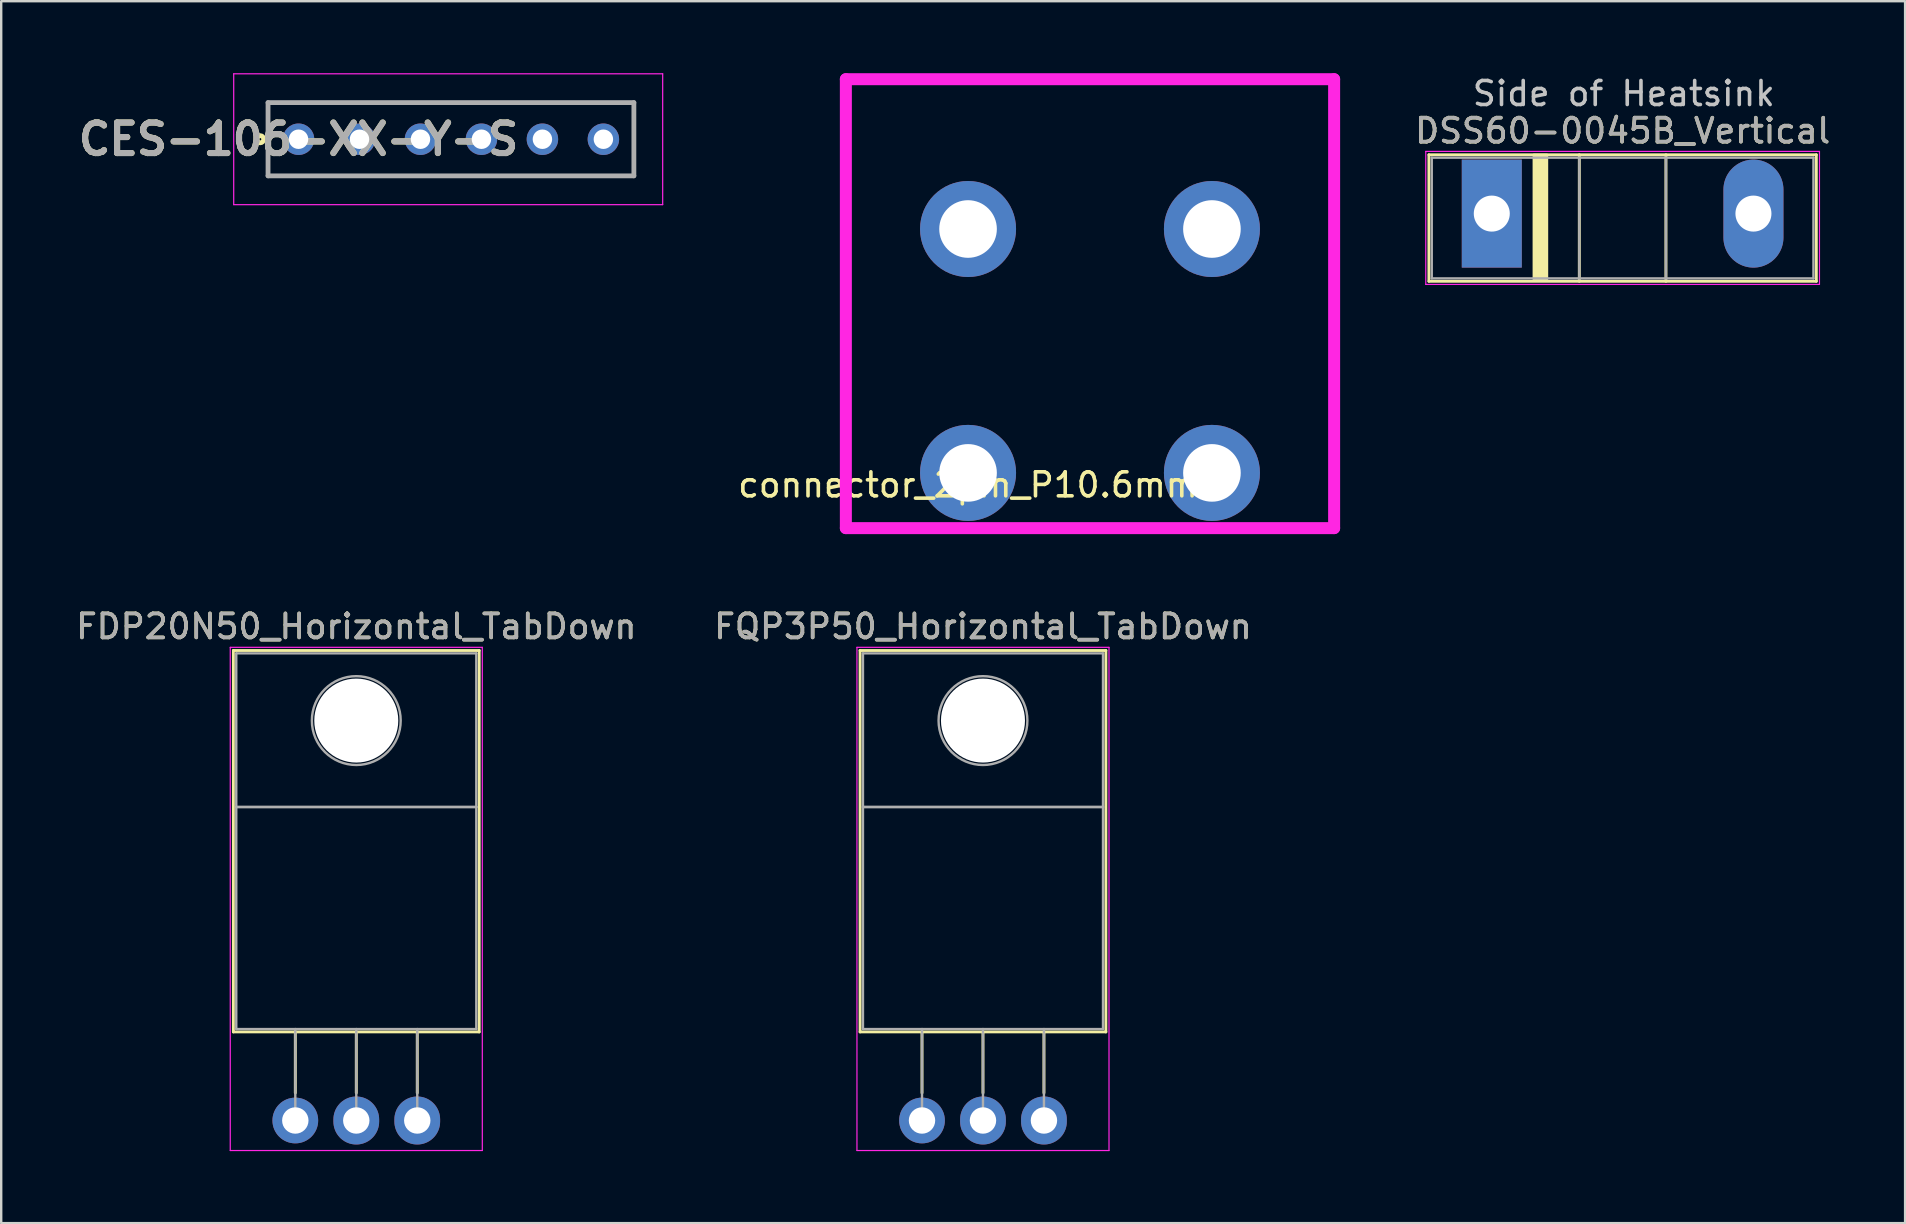
<source format=kicad_pcb>
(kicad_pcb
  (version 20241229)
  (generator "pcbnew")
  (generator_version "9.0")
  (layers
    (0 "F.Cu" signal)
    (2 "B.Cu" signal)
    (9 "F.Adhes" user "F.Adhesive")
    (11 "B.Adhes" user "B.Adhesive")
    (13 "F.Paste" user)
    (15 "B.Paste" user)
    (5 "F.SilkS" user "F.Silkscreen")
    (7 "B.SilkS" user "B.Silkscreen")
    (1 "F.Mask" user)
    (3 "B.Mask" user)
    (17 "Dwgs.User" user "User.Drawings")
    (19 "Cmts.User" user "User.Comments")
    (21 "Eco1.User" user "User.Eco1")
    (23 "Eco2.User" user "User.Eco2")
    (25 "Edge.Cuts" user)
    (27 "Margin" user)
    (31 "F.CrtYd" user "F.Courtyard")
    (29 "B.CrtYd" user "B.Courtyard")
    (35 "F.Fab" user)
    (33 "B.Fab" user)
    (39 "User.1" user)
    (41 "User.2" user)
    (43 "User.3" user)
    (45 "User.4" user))
  (footprint "FQP3P50_Horizontal_TabDown"
    (layer "F.Cu")
    (at 35.359 43.628)
    (property "Reference" "FQP3P50_Horizontal_TabDown" (at 2.54 -20.58 0) (layer "F.SilkS") (effects (font (size 1 1) (thickness 0.15))))
    (attr through_hole)
    (fp_line (start -2.58 -19.58) (end -2.58 -3.69) (stroke (width 0.12) (type solid)) (layer "F.SilkS"))
    (fp_line (start -2.58 -19.58) (end 7.66 -19.58) (stroke (width 0.12) (type solid)) (layer "F.SilkS"))
    (fp_line (start -2.58 -3.69) (end 7.66 -3.69) (stroke (width 0.12) (type solid)) (layer "F.SilkS"))
    (fp_line (start 0 -3.69) (end 0 -1.15) (stroke (width 0.12) (type solid)) (layer "F.SilkS"))
    (fp_line (start 2.54 -3.69) (end 2.54 -1.15) (stroke (width 0.12) (type solid)) (layer "F.SilkS"))
    (fp_line (start 5.08 -3.69) (end 5.08 -1.15) (stroke (width 0.12) (type solid)) (layer "F.SilkS"))
    (fp_line (start 7.66 -19.58) (end 7.66 -3.69) (stroke (width 0.12) (type solid)) (layer "F.SilkS"))
    (fp_line (start -2.71 -19.71) (end -2.71 1.25) (stroke (width 0.05) (type solid)) (layer "F.CrtYd"))
    (fp_line (start -2.71 1.25) (end 7.79 1.25) (stroke (width 0.05) (type solid)) (layer "F.CrtYd"))
    (fp_line (start 7.79 -19.71) (end -2.71 -19.71) (stroke (width 0.05) (type solid)) (layer "F.CrtYd"))
    (fp_line (start 7.79 1.25) (end 7.79 -19.71) (stroke (width 0.05) (type solid)) (layer "F.CrtYd"))
    (fp_line (start -2.46 -19.46) (end 7.54 -19.46) (stroke (width 0.1) (type solid)) (layer "F.Fab"))
    (fp_line (start -2.46 -13.06) (end -2.46 -19.46) (stroke (width 0.1) (type solid)) (layer "F.Fab"))
    (fp_line (start -2.46 -13.06) (end 7.54 -13.06) (stroke (width 0.1) (type solid)) (layer "F.Fab"))
    (fp_line (start -2.46 -3.81) (end -2.46 -13.06) (stroke (width 0.1) (type solid)) (layer "F.Fab"))
    (fp_line (start 0 -3.81) (end 0 0) (stroke (width 0.1) (type solid)) (layer "F.Fab"))
    (fp_line (start 2.54 -3.81) (end 2.54 0) (stroke (width 0.1) (type solid)) (layer "F.Fab"))
    (fp_line (start 5.08 -3.81) (end 5.08 0) (stroke (width 0.1) (type solid)) (layer "F.Fab"))
    (fp_line (start 7.54 -19.46) (end 7.54 -13.06) (stroke (width 0.1) (type solid)) (layer "F.Fab"))
    (fp_line (start 7.54 -13.06) (end -2.46 -13.06) (stroke (width 0.1) (type solid)) (layer "F.Fab"))
    (fp_line (start 7.54 -13.06) (end 7.54 -3.81) (stroke (width 0.1) (type solid)) (layer "F.Fab"))
    (fp_line (start 7.54 -3.81) (end -2.46 -3.81) (stroke (width 0.1) (type solid)) (layer "F.Fab"))
    (fp_circle (center 2.54 -16.66) (end 4.39 -16.66) (stroke (width 0.1) (type solid)) (fill no) (layer "F.Fab"))
    (fp_text user "${REFERENCE}" (at 2.54 -20.58 0) (layer "F.Fab") (effects (font (size 1 1) (thickness 0.15))))
    (pad "" np_thru_hole oval (at 2.54 -16.66) (size 3.5 3.5) (drill 3.5) (layers "*.Cu" "*.Mask"))
    (pad "1" thru_hole circle (at 0 0) (size 1.905 1.905) (drill 1.1) (layers "*.Cu" "*.Mask"))
    (pad "2" thru_hole oval (at 5.08 0) (size 1.905 2) (drill 1.1) (layers "*.Cu" "*.Mask"))
    (pad "3" thru_hole oval (at 2.54 0) (size 1.905 2) (drill 1.1) (layers "*.Cu" "*.Mask")))
  (footprint "connector_2pin_P10.6mm"
    (layer "F.Cu")
    (at 37.277 16.65)
    (property "Reference" "connector_2pin_P10.6mm" (at 0 0.5 0) (layer "F.SilkS") (effects (font (size 1 1) (thickness 0.15))))
    (attr through_hole)
    (fp_line (start -5.09 -16.4) (end 15.25 -16.4) (stroke (width 0.5) (type solid)) (layer "F.CrtYd"))
    (fp_line (start -5.09 2.3) (end -5.09 -16.4) (stroke (width 0.5) (type solid)) (layer "F.CrtYd"))
    (fp_line (start -5.09 2.3) (end 15.25 2.3) (stroke (width 0.5) (type solid)) (layer "F.CrtYd"))
    (fp_line (start 15.25 2.3) (end 15.25 -16.4) (stroke (width 0.5) (type solid)) (layer "F.CrtYd"))
    (pad "1" thru_hole circle (at 0 -10.16) (size 4 4) (drill 2.4) (layers "*.Cu" "*.Mask"))
    (pad "1" thru_hole circle (at 0 0) (size 4 4) (drill 2.4) (layers "*.Cu" "*.Mask"))
    (pad "2" thru_hole circle (at 10.16 -10.16) (size 4 4) (drill 2.4) (layers "*.Cu" "*.Mask"))
    (pad "2" thru_hole circle (at 10.16 0) (size 4 4) (drill 2.4) (layers "*.Cu" "*.Mask")))
  (footprint "DSS60-0045B_Vertical"
    (layer "F.Cu")
    (at 59.095 5.848)
    (property "Reference" "DSS60-0045B_Vertical" (at 5.45 -3.45 0) (layer "F.SilkS") (effects (font (size 1 1) (thickness 0.15))))
    (attr through_hole)
    (fp_line (start -2.62 -2.451) (end -2.62 2.82) (stroke (width 0.12) (type solid)) (layer "F.SilkS"))
    (fp_line (start -2.62 -2.451) (end 13.52 -2.451) (stroke (width 0.12) (type solid)) (layer "F.SilkS"))
    (fp_line (start -2.62 2.82) (end 13.52 2.82) (stroke (width 0.12) (type solid)) (layer "F.SilkS"))
    (fp_line (start 3.646 -2.451) (end 3.646 2.82) (stroke (width 0.12) (type solid)) (layer "F.SilkS"))
    (fp_line (start 7.255 -2.451) (end 7.255 2.82) (stroke (width 0.12) (type solid)) (layer "F.SilkS"))
    (fp_line (start 13.52 -2.451) (end 13.52 2.82) (stroke (width 0.12) (type solid)) (layer "F.SilkS"))
    (fp_poly (pts (xy 2.3 2.8) (xy 1.75 2.8) (xy 1.75 -2.45) (xy 2.3 -2.45)) (stroke (width 0.1) (type solid)) (fill yes) (layer "F.SilkS"))
    (fp_line (start -2.75 -2.59) (end -2.75 2.95) (stroke (width 0.05) (type solid)) (layer "F.CrtYd"))
    (fp_line (start -2.75 2.95) (end 13.65 2.95) (stroke (width 0.05) (type solid)) (layer "F.CrtYd"))
    (fp_line (start 13.65 -2.59) (end -2.75 -2.59) (stroke (width 0.05) (type solid)) (layer "F.CrtYd"))
    (fp_line (start 13.65 2.95) (end 13.65 -2.59) (stroke (width 0.05) (type solid)) (layer "F.CrtYd"))
    (fp_line (start -2.5 -2.33) (end -2.5 2.7) (stroke (width 0.1) (type solid)) (layer "F.Fab"))
    (fp_line (start -2.5 2.7) (end 13.4 2.7) (stroke (width 0.1) (type solid)) (layer "F.Fab"))
    (fp_line (start 3.645 -2.33) (end 3.645 2.7) (stroke (width 0.1) (type solid)) (layer "F.Fab"))
    (fp_line (start 7.255 -2.33) (end 7.255 2.7) (stroke (width 0.1) (type solid)) (layer "F.Fab"))
    (fp_line (start 13.4 -2.33) (end -2.5 -2.33) (stroke (width 0.1) (type solid)) (layer "F.Fab"))
    (fp_line (start 13.4 2.7) (end 13.4 -2.33) (stroke (width 0.1) (type solid)) (layer "F.Fab"))
    (fp_text user "Side of Heatsink" (at 5.5 -5 0) (layer "Dwgs.User") (effects (font (size 1 1) (thickness 0.15))))
    (fp_text user "${REFERENCE}" (at 5.45 -3.45 0) (layer "F.Fab") (effects (font (size 1 1) (thickness 0.15))))
    (pad "1" thru_hole rect (at 0 0) (size 2.5 4.5) (drill 1.5) (layers "*.Cu" "*.Mask"))
    (pad "2" thru_hole oval (at 10.9 0) (size 2.5 4.5) (drill 1.5) (layers "*.Cu" "*.Mask")))
  (footprint "FDP20N50_Horizontal_TabDown"
    (layer "F.Cu")
    (at 9.252 43.628)
    (property "Reference" "FDP20N50_Horizontal_TabDown" (at 2.54 -20.58 0) (layer "F.SilkS") (effects (font (size 1 1) (thickness 0.15))))
    (attr through_hole)
    (fp_line (start -2.58 -19.58) (end -2.58 -3.69) (stroke (width 0.12) (type solid)) (layer "F.SilkS"))
    (fp_line (start -2.58 -19.58) (end 7.66 -19.58) (stroke (width 0.12) (type solid)) (layer "F.SilkS"))
    (fp_line (start -2.58 -3.69) (end 7.66 -3.69) (stroke (width 0.12) (type solid)) (layer "F.SilkS"))
    (fp_line (start 0 -3.69) (end 0 -1.15) (stroke (width 0.12) (type solid)) (layer "F.SilkS"))
    (fp_line (start 2.54 -3.69) (end 2.54 -1.15) (stroke (width 0.12) (type solid)) (layer "F.SilkS"))
    (fp_line (start 5.08 -3.69) (end 5.08 -1.15) (stroke (width 0.12) (type solid)) (layer "F.SilkS"))
    (fp_line (start 7.66 -19.58) (end 7.66 -3.69) (stroke (width 0.12) (type solid)) (layer "F.SilkS"))
    (fp_line (start -2.71 -19.71) (end -2.71 1.25) (stroke (width 0.05) (type solid)) (layer "F.CrtYd"))
    (fp_line (start -2.71 1.25) (end 7.79 1.25) (stroke (width 0.05) (type solid)) (layer "F.CrtYd"))
    (fp_line (start 7.79 -19.71) (end -2.71 -19.71) (stroke (width 0.05) (type solid)) (layer "F.CrtYd"))
    (fp_line (start 7.79 1.25) (end 7.79 -19.71) (stroke (width 0.05) (type solid)) (layer "F.CrtYd"))
    (fp_line (start -2.46 -19.46) (end 7.54 -19.46) (stroke (width 0.1) (type solid)) (layer "F.Fab"))
    (fp_line (start -2.46 -13.06) (end -2.46 -19.46) (stroke (width 0.1) (type solid)) (layer "F.Fab"))
    (fp_line (start -2.46 -13.06) (end 7.54 -13.06) (stroke (width 0.1) (type solid)) (layer "F.Fab"))
    (fp_line (start -2.46 -3.81) (end -2.46 -13.06) (stroke (width 0.1) (type solid)) (layer "F.Fab"))
    (fp_line (start 0 -3.81) (end 0 0) (stroke (width 0.1) (type solid)) (layer "F.Fab"))
    (fp_line (start 2.54 -3.81) (end 2.54 0) (stroke (width 0.1) (type solid)) (layer "F.Fab"))
    (fp_line (start 5.08 -3.81) (end 5.08 0) (stroke (width 0.1) (type solid)) (layer "F.Fab"))
    (fp_line (start 7.54 -19.46) (end 7.54 -13.06) (stroke (width 0.1) (type solid)) (layer "F.Fab"))
    (fp_line (start 7.54 -13.06) (end -2.46 -13.06) (stroke (width 0.1) (type solid)) (layer "F.Fab"))
    (fp_line (start 7.54 -13.06) (end 7.54 -3.81) (stroke (width 0.1) (type solid)) (layer "F.Fab"))
    (fp_line (start 7.54 -3.81) (end -2.46 -3.81) (stroke (width 0.1) (type solid)) (layer "F.Fab"))
    (fp_circle (center 2.54 -16.66) (end 4.39 -16.66) (stroke (width 0.1) (type solid)) (fill no) (layer "F.Fab"))
    (fp_text user "${REFERENCE}" (at 2.54 -20.58 0) (layer "F.Fab") (effects (font (size 1 1) (thickness 0.15))))
    (pad "" np_thru_hole oval (at 2.54 -16.66) (size 3.5 3.5) (drill 3.5) (layers "*.Cu" "*.Mask"))
    (pad "1" thru_hole oval (at 5.08 0) (size 1.905 2) (drill 1.1) (layers "*.Cu" "*.Mask"))
    (pad "2" thru_hole circle (at 0 0) (size 1.905 1.905) (drill 1.1) (layers "*.Cu" "*.Mask"))
    (pad "3" thru_hole oval (at 2.54 0) (size 1.905 2) (drill 1.1) (layers "*.Cu" "*.Mask")))
  (footprint "CES-106-XX-Y-S"
    (layer "F.Cu")
    (at 9.386 2.75)
    (property "Reference" "CES-106-XX-Y-S" (at 0 0 0) (layer "F.SilkS") (effects (font (size 1.27 1.27) (thickness 0.254))))
    (attr through_hole)
    (fp_line (start -1.27 -1.525) (end 13.97 -1.525) (stroke (width 0.1) (type solid)) (layer "F.SilkS"))
    (fp_line (start -1.27 1.525) (end -1.27 -1.525) (stroke (width 0.1) (type solid)) (layer "F.SilkS"))
    (fp_line (start 13.97 -1.525) (end 13.97 1.525) (stroke (width 0.1) (type solid)) (layer "F.SilkS"))
    (fp_line (start 13.97 1.525) (end -1.27 1.525) (stroke (width 0.1) (type solid)) (layer "F.SilkS"))
    (fp_circle (center -1.6 0) (end -1.6 0.05) (stroke (width 0.2) (type solid)) (fill no) (layer "F.SilkS"))
    (fp_line (start -2.7 -2.725) (end 15.17 -2.725) (stroke (width 0.05) (type solid)) (layer "F.CrtYd"))
    (fp_line (start -2.7 2.725) (end -2.7 -2.725) (stroke (width 0.05) (type solid)) (layer "F.CrtYd"))
    (fp_line (start 15.17 -2.725) (end 15.17 2.725) (stroke (width 0.05) (type solid)) (layer "F.CrtYd"))
    (fp_line (start 15.17 2.725) (end -2.7 2.725) (stroke (width 0.05) (type solid)) (layer "F.CrtYd"))
    (fp_line (start -1.27 -1.525) (end 13.97 -1.525) (stroke (width 0.2) (type solid)) (layer "F.Fab"))
    (fp_line (start -1.27 1.525) (end -1.27 -1.525) (stroke (width 0.2) (type solid)) (layer "F.Fab"))
    (fp_line (start 13.97 -1.525) (end 13.97 1.525) (stroke (width 0.2) (type solid)) (layer "F.Fab"))
    (fp_line (start 13.97 1.525) (end -1.27 1.525) (stroke (width 0.2) (type solid)) (layer "F.Fab"))
    (fp_text user "${REFERENCE}" (at 0 0 0) (layer "F.Fab") (effects (font (size 1.27 1.27) (thickness 0.254))))
    (pad "1" thru_hole circle (at 0 0) (size 1.31 1.31) (drill 0.81) (layers "*.Cu" "*.Mask"))
    (pad "2" thru_hole circle (at 2.54 0) (size 1.31 1.31) (drill 0.81) (layers "*.Cu" "*.Mask"))
    (pad "3" thru_hole circle (at 5.08 0) (size 1.31 1.31) (drill 0.81) (layers "*.Cu" "*.Mask"))
    (pad "4" thru_hole circle (at 7.62 0) (size 1.31 1.31) (drill 0.81) (layers "*.Cu" "*.Mask"))
    (pad "5" thru_hole circle (at 10.16 0) (size 1.31 1.31) (drill 0.81) (layers "*.Cu" "*.Mask"))
    (pad "6" thru_hole circle (at 12.7 0) (size 1.31 1.31) (drill 0.81) (layers "*.Cu" "*.Mask")))
  (gr_rect
    (start -3 -3)
    (end 76.313 47.903)
    (stroke (width 0.1) (type default))
    (fill no)
    (layer "Edge.Cuts")))
</source>
